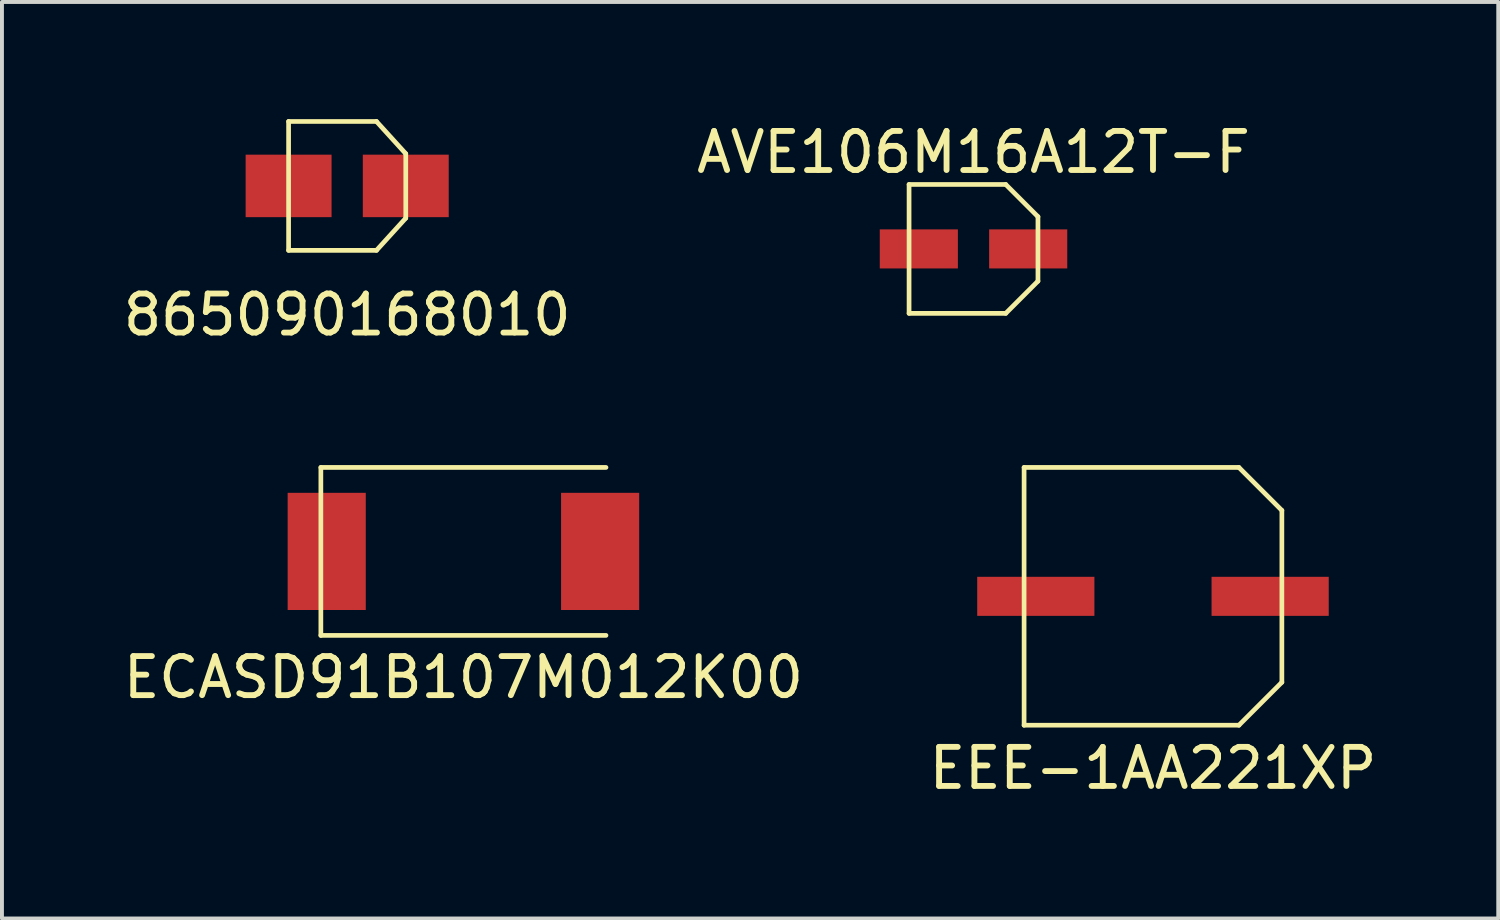
<source format=kicad_pcb>
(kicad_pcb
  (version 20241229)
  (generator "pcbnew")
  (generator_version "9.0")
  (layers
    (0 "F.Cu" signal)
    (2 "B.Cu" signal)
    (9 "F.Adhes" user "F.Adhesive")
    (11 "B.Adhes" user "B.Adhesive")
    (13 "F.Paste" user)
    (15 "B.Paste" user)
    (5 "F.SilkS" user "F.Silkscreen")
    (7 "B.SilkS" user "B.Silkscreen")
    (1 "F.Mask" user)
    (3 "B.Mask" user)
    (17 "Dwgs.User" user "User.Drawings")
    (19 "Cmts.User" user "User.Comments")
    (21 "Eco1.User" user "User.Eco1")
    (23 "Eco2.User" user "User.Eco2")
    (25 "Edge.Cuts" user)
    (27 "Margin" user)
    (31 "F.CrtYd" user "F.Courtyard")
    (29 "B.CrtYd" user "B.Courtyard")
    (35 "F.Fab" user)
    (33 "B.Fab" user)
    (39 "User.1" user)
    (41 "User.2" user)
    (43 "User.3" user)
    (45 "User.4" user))
  (footprint "ECASD91B107M012K00"
    (layer "F.Cu")
    (at 8.815 11.068)
    (property "Reference" "ECASD91B107M012K00" (at 0 3.225 0) (layer "F.SilkS") (effects (font (size 1 1) (thickness 0.15))))
    (attr through_hole)
    (fp_line (start -3.65 -2.15) (end -3.65 2.15) (stroke (width 0.12) (type solid)) (layer "F.SilkS"))
    (fp_line (start -3.65 -2.15) (end 3.65 -2.15) (stroke (width 0.12) (type solid)) (layer "F.SilkS"))
    (fp_line (start -3.65 2.15) (end 3.65 2.15) (stroke (width 0.12) (type solid)) (layer "F.SilkS"))
    (pad "1" smd rect (at 3.5 0) (size 2 3) (layers "F.Cu" "F.Mask" "F.Paste"))
    (pad "2" smd rect (at -3.5 0) (size 2 3) (layers "F.Cu" "F.Mask" "F.Paste")))
  (footprint "865090168010"
    (layer "F.Cu")
    (at 5.839 1.71)
    (property "Reference" "865090168010" (at 0 3.3 0) (layer "F.SilkS") (effects (font (size 1 1) (thickness 0.15))))
    (attr smd)
    (fp_line (start -1.5 -1.65) (end -1.5 1.65) (stroke (width 0.12) (type solid)) (layer "F.SilkS"))
    (fp_line (start 0.75 -1.65) (end -1.5 -1.65) (stroke (width 0.12) (type solid)) (layer "F.SilkS"))
    (fp_line (start 0.75 -1.65) (end 1.5 -0.825) (stroke (width 0.12) (type solid)) (layer "F.SilkS"))
    (fp_line (start 0.75 1.65) (end -1.5 1.65) (stroke (width 0.12) (type solid)) (layer "F.SilkS"))
    (fp_line (start 1.5 -0.825) (end 1.5 0.825) (stroke (width 0.12) (type solid)) (layer "F.SilkS"))
    (fp_line (start 1.5 0.825) (end 0.75 1.65) (stroke (width 0.12) (type solid)) (layer "F.SilkS"))
    (pad "1" smd rect (at 1.5 0) (size 2.2 1.6) (layers "F.Cu" "F.Mask" "F.Paste"))
    (pad "2" smd rect (at -1.5 0) (size 2.2 1.6) (layers "F.Cu" "F.Mask" "F.Paste")))
  (footprint "EEE-1AA221XP"
    (layer "F.Cu")
    (at 26.47 12.218)
    (property "Reference" "EEE-1AA221XP" (at 0 4.4 0) (layer "F.SilkS") (effects (font (size 1 1) (thickness 0.15))))
    (attr through_hole)
    (fp_line (start -3.3 -3.3) (end -3.3 3.3) (stroke (width 0.12) (type solid)) (layer "F.SilkS"))
    (fp_line (start -3.3 3.3) (end 2.2 3.3) (stroke (width 0.12) (type solid)) (layer "F.SilkS"))
    (fp_line (start 2.2 -3.3) (end -3.3 -3.3) (stroke (width 0.12) (type solid)) (layer "F.SilkS"))
    (fp_line (start 2.2 3.3) (end 3.3 2.2) (stroke (width 0.12) (type solid)) (layer "F.SilkS"))
    (fp_line (start 3.3 -2.2) (end 2.2 -3.3) (stroke (width 0.12) (type solid)) (layer "F.SilkS"))
    (fp_line (start 3.3 2.2) (end 3.3 -2.2) (stroke (width 0.12) (type solid)) (layer "F.SilkS"))
    (pad "1" smd rect (at 3 0) (size 3 1) (layers "F.Cu" "F.Mask" "F.Paste"))
    (pad "2" smd rect (at -3 0) (size 3 1) (layers "F.Cu" "F.Mask" "F.Paste")))
  (footprint "AVE106M16A12T-F"
    (layer "F.Cu")
    (at 21.875 3.323)
    (property "Reference" "AVE106M16A12T-F" (at 0 -2.475 0) (layer "F.SilkS") (effects (font (size 1 1) (thickness 0.15))))
    (attr smd)
    (fp_line (start -1.65 -1.65) (end 0.825 -1.65) (stroke (width 0.12) (type solid)) (layer "F.SilkS"))
    (fp_line (start -1.65 1.65) (end -1.65 -1.65) (stroke (width 0.12) (type solid)) (layer "F.SilkS"))
    (fp_line (start 0.825 -1.65) (end 1.65 -0.825) (stroke (width 0.12) (type solid)) (layer "F.SilkS"))
    (fp_line (start 0.825 1.65) (end -1.65 1.65) (stroke (width 0.12) (type solid)) (layer "F.SilkS"))
    (fp_line (start 1.65 -0.825) (end 1.65 0.825) (stroke (width 0.12) (type solid)) (layer "F.SilkS"))
    (fp_line (start 1.65 0.825) (end 0.825 1.65) (stroke (width 0.12) (type solid)) (layer "F.SilkS"))
    (pad "1" smd rect (at 1.4 0) (size 2 1) (layers "F.Cu" "F.Mask" "F.Paste"))
    (pad "2" smd rect (at -1.4 0) (size 2 1) (layers "F.Cu" "F.Mask" "F.Paste")))
  (gr_rect
    (start -3 -3)
    (end 35.31 20.466)
    (stroke (width 0.1) (type default))
    (fill no)
    (layer "Edge.Cuts")))
</source>
